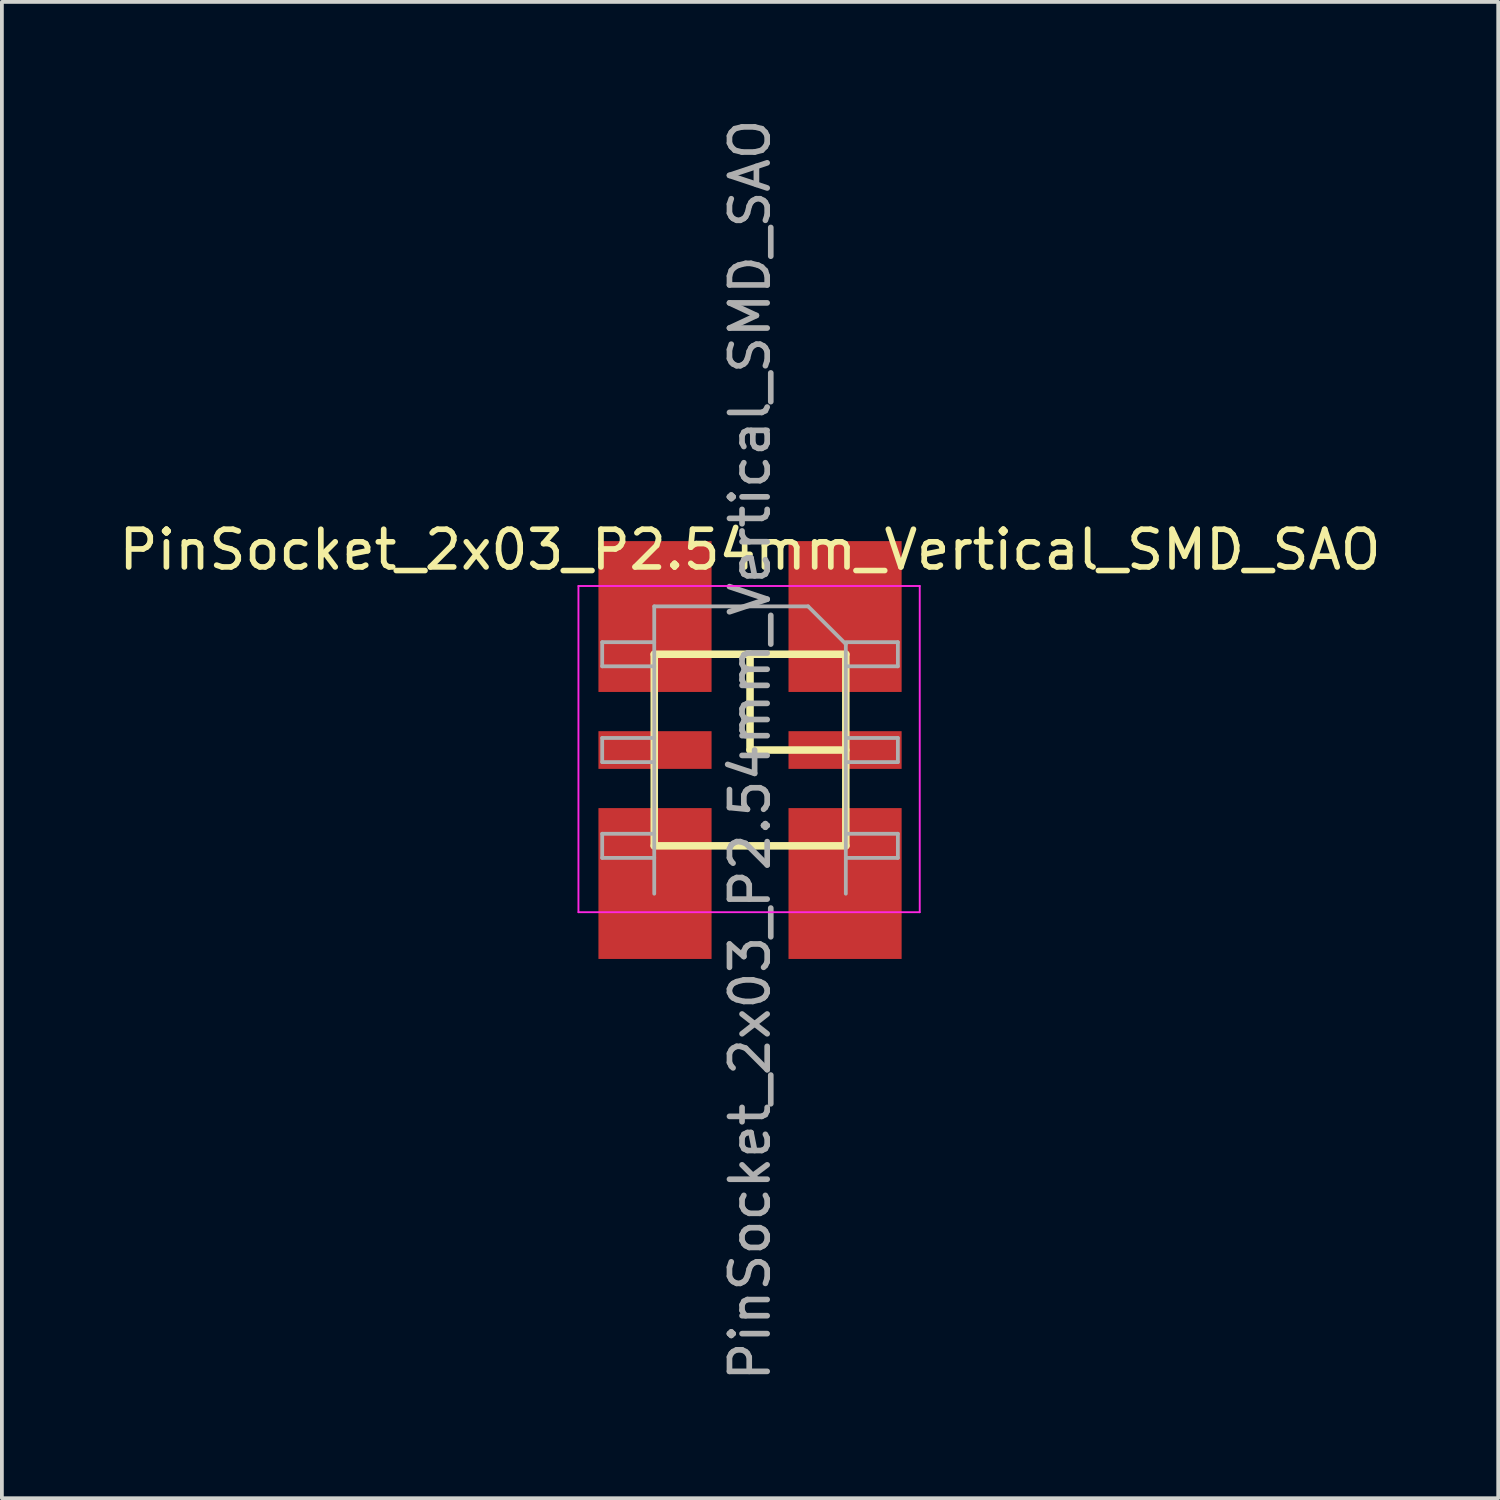
<source format=kicad_pcb>
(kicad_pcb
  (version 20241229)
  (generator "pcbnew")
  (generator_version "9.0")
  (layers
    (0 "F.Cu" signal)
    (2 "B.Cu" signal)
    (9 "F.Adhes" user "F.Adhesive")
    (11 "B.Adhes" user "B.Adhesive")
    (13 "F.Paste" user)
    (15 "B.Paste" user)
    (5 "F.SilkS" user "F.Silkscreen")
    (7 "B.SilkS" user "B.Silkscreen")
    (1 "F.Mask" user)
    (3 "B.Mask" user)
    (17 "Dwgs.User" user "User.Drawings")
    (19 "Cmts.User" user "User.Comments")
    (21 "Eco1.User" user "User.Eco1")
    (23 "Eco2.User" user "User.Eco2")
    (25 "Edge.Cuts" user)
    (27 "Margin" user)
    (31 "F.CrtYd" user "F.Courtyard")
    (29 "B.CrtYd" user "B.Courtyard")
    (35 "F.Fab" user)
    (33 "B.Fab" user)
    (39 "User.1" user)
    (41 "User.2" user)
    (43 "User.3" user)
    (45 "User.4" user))
  (footprint "PinSocket_2x03_P2.54mm_Vertical_SMD_SAO"
    (layer "F.Cu")
    (at 16.839 16.839)
    (property "Reference" "PinSocket_2x03_P2.54mm_Vertical_SMD_SAO" (at 0 -5.31 0) (layer "F.SilkS") (effects (font (size 1 1) (thickness 0.15))))
    (attr smd)
    (fp_line (start -2.54 -2.54) (end -2.54 2.54) (stroke (width 0.2) (type solid)) (layer "F.SilkS"))
    (fp_line (start -2.54 -2.54) (end 2.54 -2.54) (stroke (width 0.2) (type solid)) (layer "F.SilkS"))
    (fp_line (start -2.54 2.54) (end 2.54 2.54) (stroke (width 0.2) (type solid)) (layer "F.SilkS"))
    (fp_line (start 0 -2.54) (end 0 0) (stroke (width 0.2) (type solid)) (layer "F.SilkS"))
    (fp_line (start 0 0) (end 2.54 0) (stroke (width 0.2) (type solid)) (layer "F.SilkS"))
    (fp_line (start 2.54 -2.54) (end 2.54 2.54) (stroke (width 0.2) (type solid)) (layer "F.SilkS"))
    (fp_line (start -4.55 -4.35) (end 4.5 -4.35) (stroke (width 0.05) (type solid)) (layer "F.CrtYd"))
    (fp_line (start -4.55 4.3) (end -4.55 -4.35) (stroke (width 0.05) (type solid)) (layer "F.CrtYd"))
    (fp_line (start 4.5 -4.35) (end 4.5 4.3) (stroke (width 0.05) (type solid)) (layer "F.CrtYd"))
    (fp_line (start 4.5 4.3) (end -4.55 4.3) (stroke (width 0.05) (type solid)) (layer "F.CrtYd"))
    (fp_line (start -3.92 -2.86) (end -2.54 -2.86) (stroke (width 0.1) (type solid)) (layer "F.Fab"))
    (fp_line (start -3.92 -2.22) (end -3.92 -2.86) (stroke (width 0.1) (type solid)) (layer "F.Fab"))
    (fp_line (start -3.92 -0.32) (end -2.54 -0.32) (stroke (width 0.1) (type solid)) (layer "F.Fab"))
    (fp_line (start -3.92 0.32) (end -3.92 -0.32) (stroke (width 0.1) (type solid)) (layer "F.Fab"))
    (fp_line (start -3.92 2.22) (end -2.54 2.22) (stroke (width 0.1) (type solid)) (layer "F.Fab"))
    (fp_line (start -3.92 2.86) (end -3.92 2.22) (stroke (width 0.1) (type solid)) (layer "F.Fab"))
    (fp_line (start -2.54 -3.81) (end 1.54 -3.81) (stroke (width 0.1) (type solid)) (layer "F.Fab"))
    (fp_line (start -2.54 -2.22) (end -3.92 -2.22) (stroke (width 0.1) (type solid)) (layer "F.Fab"))
    (fp_line (start -2.54 0.32) (end -3.92 0.32) (stroke (width 0.1) (type solid)) (layer "F.Fab"))
    (fp_line (start -2.54 2.86) (end -3.92 2.86) (stroke (width 0.1) (type solid)) (layer "F.Fab"))
    (fp_line (start -2.54 3.81) (end -2.54 -3.81) (stroke (width 0.1) (type solid)) (layer "F.Fab"))
    (fp_line (start 1.54 -3.81) (end 2.54 -2.81) (stroke (width 0.1) (type solid)) (layer "F.Fab"))
    (fp_line (start 2.54 -2.86) (end 3.92 -2.86) (stroke (width 0.1) (type solid)) (layer "F.Fab"))
    (fp_line (start 2.54 -2.81) (end 2.54 3.81) (stroke (width 0.1) (type solid)) (layer "F.Fab"))
    (fp_line (start 2.54 -0.32) (end 3.92 -0.32) (stroke (width 0.1) (type solid)) (layer "F.Fab"))
    (fp_line (start 2.54 2.22) (end 3.92 2.22) (stroke (width 0.1) (type solid)) (layer "F.Fab"))
    (fp_line (start 3.92 -2.86) (end 3.92 -2.22) (stroke (width 0.1) (type solid)) (layer "F.Fab"))
    (fp_line (start 3.92 -2.22) (end 2.54 -2.22) (stroke (width 0.1) (type solid)) (layer "F.Fab"))
    (fp_line (start 3.92 -0.32) (end 3.92 0.32) (stroke (width 0.1) (type solid)) (layer "F.Fab"))
    (fp_line (start 3.92 0.32) (end 2.54 0.32) (stroke (width 0.1) (type solid)) (layer "F.Fab"))
    (fp_line (start 3.92 2.22) (end 3.92 2.86) (stroke (width 0.1) (type solid)) (layer "F.Fab"))
    (fp_line (start 3.92 2.86) (end 2.54 2.86) (stroke (width 0.1) (type solid)) (layer "F.Fab"))
    (fp_text user "${REFERENCE}" (at 0 0 90) (layer "F.Fab") (effects (font (size 1 1) (thickness 0.15))))
    (pad "1" smd rect (at 2.52 -3.54) (size 3 4) (layers "F.Cu" "F.Mask" "F.Paste"))
    (pad "2" smd rect (at -2.52 -3.54) (size 3 4) (layers "F.Cu" "F.Mask" "F.Paste"))
    (pad "3" smd rect (at 2.52 0) (size 3 1) (layers "F.Cu" "F.Mask" "F.Paste"))
    (pad "4" smd rect (at -2.52 0) (size 3 1) (layers "F.Cu" "F.Mask" "F.Paste"))
    (pad "5" smd rect (at 2.52 3.54) (size 3 4) (layers "F.Cu" "F.Mask" "F.Paste"))
    (pad "6" smd rect (at -2.52 3.54) (size 3 4) (layers "F.Cu" "F.Mask" "F.Paste")))
  (gr_rect
    (start -3 -3)
    (end 36.679 36.679)
    (stroke (width 0.1) (type default))
    (fill no)
    (layer "Edge.Cuts")))
</source>
